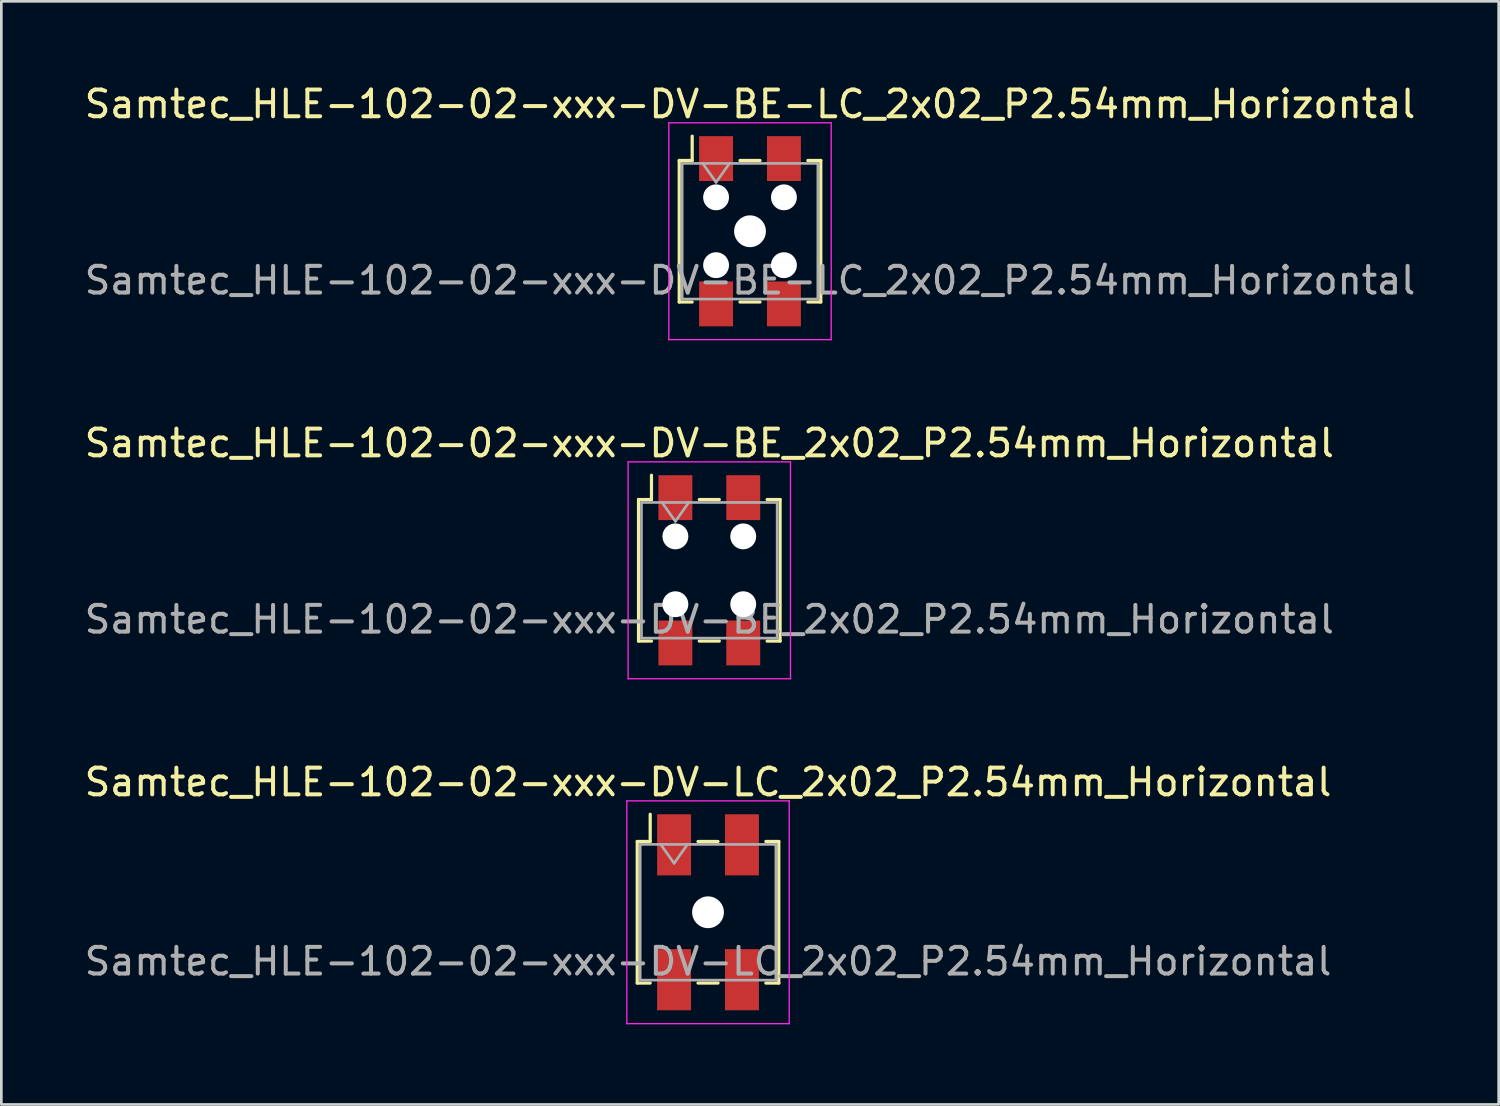
<source format=kicad_pcb>
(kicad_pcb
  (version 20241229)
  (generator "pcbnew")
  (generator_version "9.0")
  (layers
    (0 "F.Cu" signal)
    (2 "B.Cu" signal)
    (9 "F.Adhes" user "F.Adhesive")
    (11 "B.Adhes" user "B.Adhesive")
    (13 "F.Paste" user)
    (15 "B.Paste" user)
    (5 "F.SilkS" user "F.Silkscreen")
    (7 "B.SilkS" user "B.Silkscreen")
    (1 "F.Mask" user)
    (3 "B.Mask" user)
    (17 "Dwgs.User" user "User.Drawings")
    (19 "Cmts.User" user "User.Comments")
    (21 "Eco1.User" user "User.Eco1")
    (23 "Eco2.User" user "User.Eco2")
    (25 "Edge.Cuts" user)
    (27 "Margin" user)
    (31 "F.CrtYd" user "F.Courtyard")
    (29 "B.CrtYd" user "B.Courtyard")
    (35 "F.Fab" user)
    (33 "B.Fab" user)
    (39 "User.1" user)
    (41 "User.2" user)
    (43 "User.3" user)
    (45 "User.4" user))
  (footprint "Samtec_HLE-102-02-xxx-DV-LC_2x02_P2.54mm_Horizontal"
    (layer "F.Cu")
    (at 23.458 31.105)
    (property "Reference" "Samtec_HLE-102-02-xxx-DV-LC_2x02_P2.54mm_Horizontal" (at 0 -4.87 0) (layer "F.SilkS") (effects (font (size 1 1) (thickness 0.15))))
    (attr smd)
    (fp_line (start -2.65 -2.65) (end -2.65 2.65) (stroke (width 0.12) (type solid)) (layer "F.SilkS"))
    (fp_line (start -2.65 2.65) (end -2.165 2.65) (stroke (width 0.12) (type solid)) (layer "F.SilkS"))
    (fp_line (start -2.165 -3.67) (end -2.165 -2.65) (stroke (width 0.12) (type solid)) (layer "F.SilkS"))
    (fp_line (start -2.165 -2.65) (end -2.65 -2.65) (stroke (width 0.12) (type solid)) (layer "F.SilkS"))
    (fp_line (start -0.375 -2.65) (end 0.375 -2.65) (stroke (width 0.12) (type solid)) (layer "F.SilkS"))
    (fp_line (start -0.375 2.65) (end 0.375 2.65) (stroke (width 0.12) (type solid)) (layer "F.SilkS"))
    (fp_line (start 2.165 -2.65) (end 2.65 -2.65) (stroke (width 0.12) (type solid)) (layer "F.SilkS"))
    (fp_line (start 2.65 -2.65) (end 2.65 2.65) (stroke (width 0.12) (type solid)) (layer "F.SilkS"))
    (fp_line (start 2.65 2.65) (end 2.165 2.65) (stroke (width 0.12) (type solid)) (layer "F.SilkS"))
    (fp_line (start -3.04 -4.17) (end 3.04 -4.17) (stroke (width 0.05) (type solid)) (layer "F.CrtYd"))
    (fp_line (start -3.04 4.17) (end -3.04 -4.17) (stroke (width 0.05) (type solid)) (layer "F.CrtYd"))
    (fp_line (start 3.04 -4.17) (end 3.04 4.17) (stroke (width 0.05) (type solid)) (layer "F.CrtYd"))
    (fp_line (start 3.04 4.17) (end -3.04 4.17) (stroke (width 0.05) (type solid)) (layer "F.CrtYd"))
    (fp_line (start -2.54 -2.54) (end 2.54 -2.54) (stroke (width 0.1) (type solid)) (layer "F.Fab"))
    (fp_line (start -2.54 2.54) (end -2.54 -2.54) (stroke (width 0.1) (type solid)) (layer "F.Fab"))
    (fp_line (start -1.77 -2.54) (end -1.27 -1.833) (stroke (width 0.1) (type solid)) (layer "F.Fab"))
    (fp_line (start -1.27 -1.833) (end -0.77 -2.54) (stroke (width 0.1) (type solid)) (layer "F.Fab"))
    (fp_line (start 2.54 -2.54) (end 2.54 2.54) (stroke (width 0.1) (type solid)) (layer "F.Fab"))
    (fp_line (start 2.54 2.54) (end -2.54 2.54) (stroke (width 0.1) (type solid)) (layer "F.Fab"))
    (fp_text user "${REFERENCE}" (at 0 1.84 0) (layer "F.Fab") (effects (font (size 1 1) (thickness 0.15))))
    (pad "" np_thru_hole circle (at 0 0) (size 1.19 1.19) (drill 1.19) (layers "*.Cu" "*.Mask"))
    (pad "1" smd rect (at -1.27 -2.525) (size 1.27 2.29) (layers "F.Cu" "F.Mask" "F.Paste"))
    (pad "2" smd rect (at -1.27 2.525) (size 1.27 2.29) (layers "F.Cu" "F.Mask" "F.Paste"))
    (pad "3" smd rect (at 1.27 -2.525) (size 1.27 2.29) (layers "F.Cu" "F.Mask" "F.Paste"))
    (pad "4" smd rect (at 1.27 2.525) (size 1.27 2.29) (layers "F.Cu" "F.Mask" "F.Paste")))
  (footprint "Samtec_HLE-102-02-xxx-DV-BE-LC_2x02_P2.54mm_Horizontal"
    (layer "F.Cu")
    (at 25.03 5.608)
    (property "Reference" "Samtec_HLE-102-02-xxx-DV-BE-LC_2x02_P2.54mm_Horizontal" (at 0 -4.76 0) (layer "F.SilkS") (effects (font (size 1 1) (thickness 0.15))))
    (attr smd)
    (fp_line (start -2.65 -2.65) (end -2.65 2.65) (stroke (width 0.12) (type solid)) (layer "F.SilkS"))
    (fp_line (start -2.65 2.65) (end -2.165 2.65) (stroke (width 0.12) (type solid)) (layer "F.SilkS"))
    (fp_line (start -2.165 -3.56) (end -2.165 -2.65) (stroke (width 0.12) (type solid)) (layer "F.SilkS"))
    (fp_line (start -2.165 -2.65) (end -2.65 -2.65) (stroke (width 0.12) (type solid)) (layer "F.SilkS"))
    (fp_line (start -0.375 -2.65) (end 0.375 -2.65) (stroke (width 0.12) (type solid)) (layer "F.SilkS"))
    (fp_line (start -0.375 2.65) (end 0.375 2.65) (stroke (width 0.12) (type solid)) (layer "F.SilkS"))
    (fp_line (start 2.165 -2.65) (end 2.65 -2.65) (stroke (width 0.12) (type solid)) (layer "F.SilkS"))
    (fp_line (start 2.65 -2.65) (end 2.65 2.65) (stroke (width 0.12) (type solid)) (layer "F.SilkS"))
    (fp_line (start 2.65 2.65) (end 2.165 2.65) (stroke (width 0.12) (type solid)) (layer "F.SilkS"))
    (fp_line (start -3.04 -4.06) (end 3.04 -4.06) (stroke (width 0.05) (type solid)) (layer "F.CrtYd"))
    (fp_line (start -3.04 4.06) (end -3.04 -4.06) (stroke (width 0.05) (type solid)) (layer "F.CrtYd"))
    (fp_line (start 3.04 -4.06) (end 3.04 4.06) (stroke (width 0.05) (type solid)) (layer "F.CrtYd"))
    (fp_line (start 3.04 4.06) (end -3.04 4.06) (stroke (width 0.05) (type solid)) (layer "F.CrtYd"))
    (fp_line (start -2.54 -2.54) (end 2.54 -2.54) (stroke (width 0.1) (type solid)) (layer "F.Fab"))
    (fp_line (start -2.54 2.54) (end -2.54 -2.54) (stroke (width 0.1) (type solid)) (layer "F.Fab"))
    (fp_line (start -1.77 -2.54) (end -1.27 -1.833) (stroke (width 0.1) (type solid)) (layer "F.Fab"))
    (fp_line (start -1.27 -1.833) (end -0.77 -2.54) (stroke (width 0.1) (type solid)) (layer "F.Fab"))
    (fp_line (start 2.54 -2.54) (end 2.54 2.54) (stroke (width 0.1) (type solid)) (layer "F.Fab"))
    (fp_line (start 2.54 2.54) (end -2.54 2.54) (stroke (width 0.1) (type solid)) (layer "F.Fab"))
    (fp_text user "${REFERENCE}" (at 0 1.84 0) (layer "F.Fab") (effects (font (size 1 1) (thickness 0.15))))
    (pad "" np_thru_hole circle (at -1.27 -1.27) (size 0.97 0.97) (drill 0.97) (layers "*.Cu" "*.Mask"))
    (pad "" np_thru_hole circle (at -1.27 1.27) (size 0.97 0.97) (drill 0.97) (layers "*.Cu" "*.Mask"))
    (pad "" np_thru_hole circle (at 0 0) (size 1.19 1.19) (drill 1.19) (layers "*.Cu" "*.Mask"))
    (pad "" np_thru_hole circle (at 1.27 -1.27) (size 0.97 0.97) (drill 0.97) (layers "*.Cu" "*.Mask"))
    (pad "" np_thru_hole circle (at 1.27 1.27) (size 0.97 0.97) (drill 0.97) (layers "*.Cu" "*.Mask"))
    (pad "1" smd rect (at -1.27 -2.72) (size 1.27 1.68) (layers "F.Cu" "F.Mask" "F.Paste"))
    (pad "2" smd rect (at -1.27 2.72) (size 1.27 1.68) (layers "F.Cu" "F.Mask" "F.Paste"))
    (pad "3" smd rect (at 1.27 -2.72) (size 1.27 1.68) (layers "F.Cu" "F.Mask" "F.Paste"))
    (pad "4" smd rect (at 1.27 2.72) (size 1.27 1.68) (layers "F.Cu" "F.Mask" "F.Paste")))
  (footprint "Samtec_HLE-102-02-xxx-DV-BE_2x02_P2.54mm_Horizontal"
    (layer "F.Cu")
    (at 23.506 18.302)
    (property "Reference" "Samtec_HLE-102-02-xxx-DV-BE_2x02_P2.54mm_Horizontal" (at 0 -4.76 0) (layer "F.SilkS") (effects (font (size 1 1) (thickness 0.15))))
    (attr smd)
    (fp_line (start -2.65 -2.65) (end -2.65 2.65) (stroke (width 0.12) (type solid)) (layer "F.SilkS"))
    (fp_line (start -2.65 2.65) (end -2.165 2.65) (stroke (width 0.12) (type solid)) (layer "F.SilkS"))
    (fp_line (start -2.165 -3.56) (end -2.165 -2.65) (stroke (width 0.12) (type solid)) (layer "F.SilkS"))
    (fp_line (start -2.165 -2.65) (end -2.65 -2.65) (stroke (width 0.12) (type solid)) (layer "F.SilkS"))
    (fp_line (start -0.375 -2.65) (end 0.375 -2.65) (stroke (width 0.12) (type solid)) (layer "F.SilkS"))
    (fp_line (start -0.375 2.65) (end 0.375 2.65) (stroke (width 0.12) (type solid)) (layer "F.SilkS"))
    (fp_line (start 2.165 -2.65) (end 2.65 -2.65) (stroke (width 0.12) (type solid)) (layer "F.SilkS"))
    (fp_line (start 2.65 -2.65) (end 2.65 2.65) (stroke (width 0.12) (type solid)) (layer "F.SilkS"))
    (fp_line (start 2.65 2.65) (end 2.165 2.65) (stroke (width 0.12) (type solid)) (layer "F.SilkS"))
    (fp_line (start -3.04 -4.06) (end 3.04 -4.06) (stroke (width 0.05) (type solid)) (layer "F.CrtYd"))
    (fp_line (start -3.04 4.06) (end -3.04 -4.06) (stroke (width 0.05) (type solid)) (layer "F.CrtYd"))
    (fp_line (start 3.04 -4.06) (end 3.04 4.06) (stroke (width 0.05) (type solid)) (layer "F.CrtYd"))
    (fp_line (start 3.04 4.06) (end -3.04 4.06) (stroke (width 0.05) (type solid)) (layer "F.CrtYd"))
    (fp_line (start -2.54 -2.54) (end 2.54 -2.54) (stroke (width 0.1) (type solid)) (layer "F.Fab"))
    (fp_line (start -2.54 2.54) (end -2.54 -2.54) (stroke (width 0.1) (type solid)) (layer "F.Fab"))
    (fp_line (start -1.77 -2.54) (end -1.27 -1.833) (stroke (width 0.1) (type solid)) (layer "F.Fab"))
    (fp_line (start -1.27 -1.833) (end -0.77 -2.54) (stroke (width 0.1) (type solid)) (layer "F.Fab"))
    (fp_line (start 2.54 -2.54) (end 2.54 2.54) (stroke (width 0.1) (type solid)) (layer "F.Fab"))
    (fp_line (start 2.54 2.54) (end -2.54 2.54) (stroke (width 0.1) (type solid)) (layer "F.Fab"))
    (fp_text user "${REFERENCE}" (at 0 1.84 0) (layer "F.Fab") (effects (font (size 1 1) (thickness 0.15))))
    (pad "" np_thru_hole circle (at -1.27 -1.27) (size 0.97 0.97) (drill 0.97) (layers "*.Cu" "*.Mask"))
    (pad "" np_thru_hole circle (at -1.27 1.27) (size 0.97 0.97) (drill 0.97) (layers "*.Cu" "*.Mask"))
    (pad "" np_thru_hole circle (at 1.27 -1.27) (size 0.97 0.97) (drill 0.97) (layers "*.Cu" "*.Mask"))
    (pad "" np_thru_hole circle (at 1.27 1.27) (size 0.97 0.97) (drill 0.97) (layers "*.Cu" "*.Mask"))
    (pad "1" smd rect (at -1.27 -2.72) (size 1.27 1.68) (layers "F.Cu" "F.Mask" "F.Paste"))
    (pad "2" smd rect (at -1.27 2.72) (size 1.27 1.68) (layers "F.Cu" "F.Mask" "F.Paste"))
    (pad "3" smd rect (at 1.27 -2.72) (size 1.27 1.68) (layers "F.Cu" "F.Mask" "F.Paste"))
    (pad "4" smd rect (at 1.27 2.72) (size 1.27 1.68) (layers "F.Cu" "F.Mask" "F.Paste")))
  (gr_rect
    (start -3 -3)
    (end 53.06 38.3)
    (stroke (width 0.1) (type default))
    (fill no)
    (layer "Edge.Cuts")))
</source>
